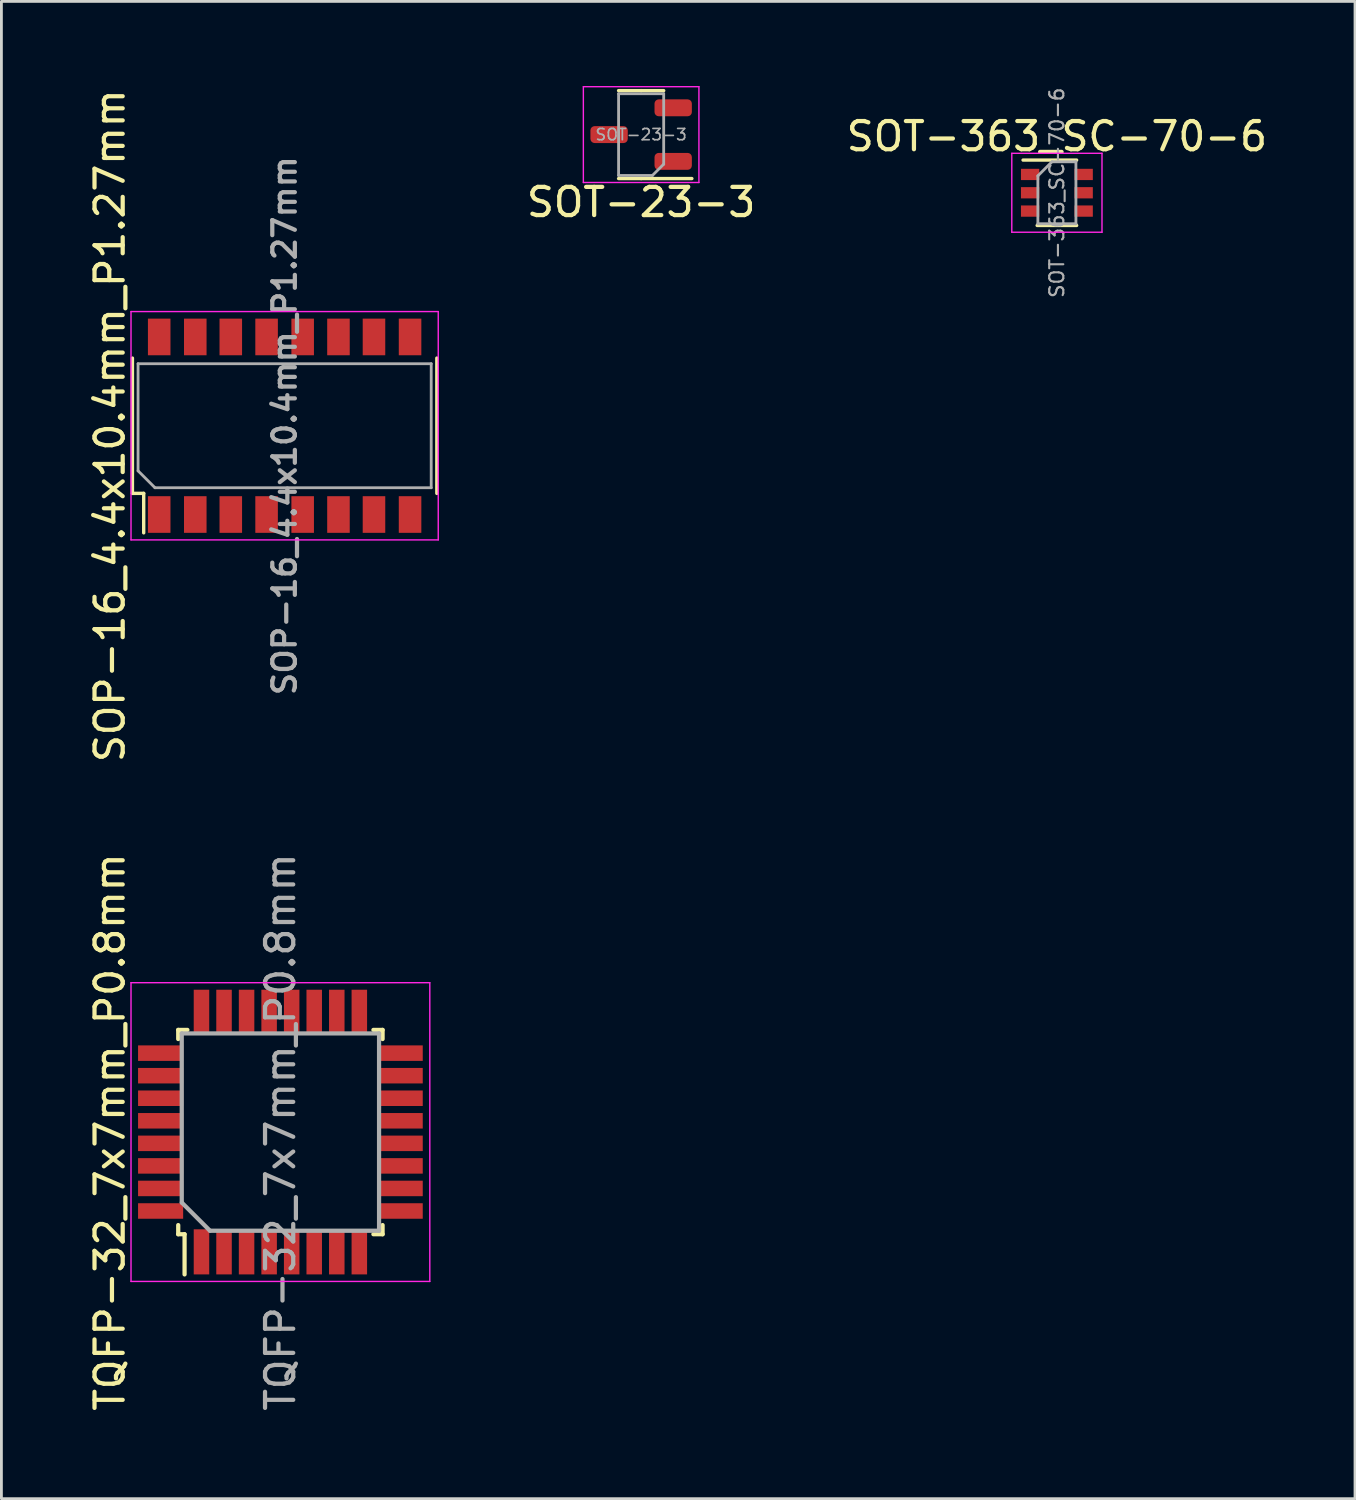
<source format=kicad_pcb>
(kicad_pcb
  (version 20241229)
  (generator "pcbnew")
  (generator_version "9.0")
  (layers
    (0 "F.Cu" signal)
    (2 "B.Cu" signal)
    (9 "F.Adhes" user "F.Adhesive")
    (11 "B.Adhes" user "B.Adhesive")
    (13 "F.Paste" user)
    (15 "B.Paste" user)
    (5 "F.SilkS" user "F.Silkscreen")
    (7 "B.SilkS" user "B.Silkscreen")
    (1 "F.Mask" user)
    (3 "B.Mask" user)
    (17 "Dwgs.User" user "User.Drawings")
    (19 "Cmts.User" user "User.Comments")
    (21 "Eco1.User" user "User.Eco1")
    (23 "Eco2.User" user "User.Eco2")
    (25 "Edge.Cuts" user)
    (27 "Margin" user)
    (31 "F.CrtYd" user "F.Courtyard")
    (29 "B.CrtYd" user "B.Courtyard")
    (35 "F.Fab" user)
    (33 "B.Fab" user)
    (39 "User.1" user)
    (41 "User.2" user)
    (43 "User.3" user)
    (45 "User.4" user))
  (footprint "SOP-16_4.4x10.4mm_P1.27mm"
    (layer "F.Cu")
    (at 7.048 12.054)
    (property "Reference" "SOP-16_4.4x10.4mm_P1.27mm" (at -6.2 0 90) (layer "F.SilkS") (effects (font (size 1 1) (thickness 0.15))))
    (attr smd)
    (fp_line (start -5.4 2.4) (end -5.4 -2.4) (stroke (width 0.12) (type solid)) (layer "F.SilkS"))
    (fp_line (start -5.4 2.4) (end -5 2.4) (stroke (width 0.12) (type solid)) (layer "F.SilkS"))
    (fp_line (start -5 2.4) (end -5 3.8) (stroke (width 0.12) (type solid)) (layer "F.SilkS"))
    (fp_line (start 5.4 2.4) (end 5.4 -2.4) (stroke (width 0.12) (type solid)) (layer "F.SilkS"))
    (fp_line (start -5.45 4.05) (end -5.45 -4.05) (stroke (width 0.05) (type solid)) (layer "F.CrtYd"))
    (fp_line (start -5.45 4.05) (end 5.45 4.05) (stroke (width 0.05) (type solid)) (layer "F.CrtYd"))
    (fp_line (start 5.45 -4.05) (end -5.45 -4.05) (stroke (width 0.05) (type solid)) (layer "F.CrtYd"))
    (fp_line (start 5.45 -4.05) (end 5.45 4.05) (stroke (width 0.05) (type solid)) (layer "F.CrtYd"))
    (fp_line (start -5.2 -2.2) (end 5.2 -2.2) (stroke (width 0.1) (type solid)) (layer "F.Fab"))
    (fp_line (start -5.2 1.6) (end -5.2 -2.2) (stroke (width 0.1) (type solid)) (layer "F.Fab"))
    (fp_line (start -4.6 2.2) (end -5.2 1.6) (stroke (width 0.1) (type solid)) (layer "F.Fab"))
    (fp_line (start 5.2 -2.2) (end 5.2 2.2) (stroke (width 0.1) (type solid)) (layer "F.Fab"))
    (fp_line (start 5.2 2.2) (end -4.6 2.2) (stroke (width 0.1) (type solid)) (layer "F.Fab"))
    (fp_text user "${REFERENCE}" (at 0 0 90) (layer "F.Fab") (effects (font (size 0.8 0.8) (thickness 0.15))))
    (pad "1" smd rect (at -4.45 3.15 90) (size 1.3 0.8) (layers "F.Cu" "F.Mask" "F.Paste"))
    (pad "2" smd rect (at -3.17 3.15 90) (size 1.3 0.8) (layers "F.Cu" "F.Mask" "F.Paste"))
    (pad "3" smd rect (at -1.91 3.15 90) (size 1.3 0.8) (layers "F.Cu" "F.Mask" "F.Paste"))
    (pad "4" smd rect (at -0.64 3.15 90) (size 1.3 0.8) (layers "F.Cu" "F.Mask" "F.Paste"))
    (pad "5" smd rect (at 0.64 3.15 90) (size 1.3 0.8) (layers "F.Cu" "F.Mask" "F.Paste"))
    (pad "6" smd rect (at 1.91 3.15 90) (size 1.3 0.8) (layers "F.Cu" "F.Mask" "F.Paste"))
    (pad "7" smd rect (at 3.17 3.15 90) (size 1.3 0.8) (layers "F.Cu" "F.Mask" "F.Paste"))
    (pad "8" smd rect (at 4.45 3.15 90) (size 1.3 0.8) (layers "F.Cu" "F.Mask" "F.Paste"))
    (pad "9" smd rect (at 4.45 -3.15 90) (size 1.3 0.8) (layers "F.Cu" "F.Mask" "F.Paste"))
    (pad "10" smd rect (at 3.17 -3.15 90) (size 1.3 0.8) (layers "F.Cu" "F.Mask" "F.Paste"))
    (pad "11" smd rect (at 1.91 -3.15 90) (size 1.3 0.8) (layers "F.Cu" "F.Mask" "F.Paste"))
    (pad "12" smd rect (at 0.64 -3.15 90) (size 1.3 0.8) (layers "F.Cu" "F.Mask" "F.Paste"))
    (pad "13" smd rect (at -0.64 -3.15 90) (size 1.3 0.8) (layers "F.Cu" "F.Mask" "F.Paste"))
    (pad "14" smd rect (at -1.91 -3.15 90) (size 1.3 0.8) (layers "F.Cu" "F.Mask" "F.Paste"))
    (pad "15" smd rect (at -3.17 -3.15 90) (size 1.3 0.8) (layers "F.Cu" "F.Mask" "F.Paste"))
    (pad "16" smd rect (at -4.45 -3.15 90) (size 1.3 0.8) (layers "F.Cu" "F.Mask" "F.Paste")))
  (footprint "SOT-23-3"
    (layer "F.Cu")
    (at 19.696 1.725)
    (property "Reference" "SOT-23-3" (at 0 2.4 180) (layer "F.SilkS") (effects (font (size 1 1) (thickness 0.15))))
    (attr smd)
    (fp_line (start 0 -1.56) (end -0.8 -1.56) (stroke (width 0.12) (type solid)) (layer "F.SilkS"))
    (fp_line (start 0 -1.56) (end 0.8 -1.56) (stroke (width 0.12) (type solid)) (layer "F.SilkS"))
    (fp_line (start 0 1.56) (end -0.8 1.56) (stroke (width 0.12) (type solid)) (layer "F.SilkS"))
    (fp_line (start 0 1.56) (end 1.8 1.56) (stroke (width 0.12) (type solid)) (layer "F.SilkS"))
    (fp_line (start -2.05 -1.7) (end -2.05 1.7) (stroke (width 0.05) (type solid)) (layer "F.CrtYd"))
    (fp_line (start -2.05 1.7) (end 2.05 1.7) (stroke (width 0.05) (type solid)) (layer "F.CrtYd"))
    (fp_line (start 2.05 -1.7) (end -2.05 -1.7) (stroke (width 0.05) (type solid)) (layer "F.CrtYd"))
    (fp_line (start 2.05 1.7) (end 2.05 -1.7) (stroke (width 0.05) (type solid)) (layer "F.CrtYd"))
    (fp_line (start -0.8 -1.45) (end 0.8 -1.45) (stroke (width 0.1) (type solid)) (layer "F.Fab"))
    (fp_line (start -0.8 1.45) (end -0.8 -1.45) (stroke (width 0.1) (type solid)) (layer "F.Fab"))
    (fp_line (start 0.4 1.45) (end -0.8 1.45) (stroke (width 0.1) (type solid)) (layer "F.Fab"))
    (fp_line (start 0.8 -1.45) (end 0.8 1.05) (stroke (width 0.1) (type solid)) (layer "F.Fab"))
    (fp_line (start 0.8 1.05) (end 0.4 1.45) (stroke (width 0.1) (type solid)) (layer "F.Fab"))
    (fp_text user "${REFERENCE}" (at 0 0 180) (layer "F.Fab") (effects (font (size 0.4 0.4) (thickness 0.06))))
    (pad "1" smd roundrect (at 1.137 0.95 180) (size 1.325 0.6) (layers "F.Cu" "F.Mask" "F.Paste") (roundrect_rratio 0.25))
    (pad "2" smd roundrect (at 1.137 -0.95 180) (size 1.325 0.6) (layers "F.Cu" "F.Mask" "F.Paste") (roundrect_rratio 0.25))
    (pad "3" smd roundrect (at -1.137 0 180) (size 1.325 0.6) (layers "F.Cu" "F.Mask" "F.Paste") (roundrect_rratio 0.25)))
  (footprint "SOT-363_SC-70-6"
    (layer "F.Cu")
    (at 34.446 3.789)
    (property "Reference" "SOT-363_SC-70-6" (at 0 -2 0) (layer "F.SilkS") (effects (font (size 1 1) (thickness 0.15))))
    (attr smd)
    (fp_line (start -0.7 1.16) (end 0.7 1.16) (stroke (width 0.12) (type solid)) (layer "F.SilkS"))
    (fp_line (start 0.7 -1.16) (end -1.2 -1.16) (stroke (width 0.12) (type solid)) (layer "F.SilkS"))
    (fp_line (start -1.6 -1.4) (end -1.6 1.4) (stroke (width 0.05) (type solid)) (layer "F.CrtYd"))
    (fp_line (start -1.6 -1.4) (end 1.6 -1.4) (stroke (width 0.05) (type solid)) (layer "F.CrtYd"))
    (fp_line (start -1.6 1.4) (end 1.6 1.4) (stroke (width 0.05) (type solid)) (layer "F.CrtYd"))
    (fp_line (start 1.6 1.4) (end 1.6 -1.4) (stroke (width 0.05) (type solid)) (layer "F.CrtYd"))
    (fp_line (start -0.675 -0.6) (end -0.675 1.1) (stroke (width 0.1) (type solid)) (layer "F.Fab"))
    (fp_line (start -0.175 -1.1) (end -0.675 -0.6) (stroke (width 0.1) (type solid)) (layer "F.Fab"))
    (fp_line (start 0.675 -1.1) (end -0.175 -1.1) (stroke (width 0.1) (type solid)) (layer "F.Fab"))
    (fp_line (start 0.675 -1.1) (end 0.675 1.1) (stroke (width 0.1) (type solid)) (layer "F.Fab"))
    (fp_line (start 0.675 1.1) (end -0.675 1.1) (stroke (width 0.1) (type solid)) (layer "F.Fab"))
    (fp_text user "${REFERENCE}" (at 0 0 90) (layer "F.Fab") (effects (font (size 0.5 0.5) (thickness 0.075))))
    (pad "1" smd rect (at -0.95 -0.65) (size 0.65 0.4) (layers "F.Cu" "F.Mask" "F.Paste"))
    (pad "2" smd rect (at -0.95 0) (size 0.65 0.4) (layers "F.Cu" "F.Mask" "F.Paste"))
    (pad "3" smd rect (at -0.95 0.65) (size 0.65 0.4) (layers "F.Cu" "F.Mask" "F.Paste"))
    (pad "4" smd rect (at 0.95 0.65) (size 0.65 0.4) (layers "F.Cu" "F.Mask" "F.Paste"))
    (pad "5" smd rect (at 0.95 0) (size 0.65 0.4) (layers "F.Cu" "F.Mask" "F.Paste"))
    (pad "6" smd rect (at 0.95 -0.65) (size 0.65 0.4) (layers "F.Cu" "F.Mask" "F.Paste")))
  (footprint "TQFP-32_7x7mm_P0.8mm"
    (layer "F.Cu")
    (at 6.898 37.113)
    (property "Reference" "TQFP-32_7x7mm_P0.8mm" (at -6.05 0 90) (layer "F.SilkS") (effects (font (size 1 1) (thickness 0.15))))
    (attr smd)
    (fp_line (start -3.625 -3.625) (end -3.625 -3.3) (stroke (width 0.15) (type solid)) (layer "F.SilkS"))
    (fp_line (start -3.625 -3.625) (end -3.3 -3.625) (stroke (width 0.15) (type solid)) (layer "F.SilkS"))
    (fp_line (start -3.625 3.625) (end -3.625 3.3) (stroke (width 0.15) (type solid)) (layer "F.SilkS"))
    (fp_line (start -3.625 3.625) (end -3.4 3.625) (stroke (width 0.15) (type solid)) (layer "F.SilkS"))
    (fp_line (start -3.4 3.625) (end -3.4 5.05) (stroke (width 0.15) (type solid)) (layer "F.SilkS"))
    (fp_line (start 3.625 -3.625) (end 3.3 -3.625) (stroke (width 0.15) (type solid)) (layer "F.SilkS"))
    (fp_line (start 3.625 -3.625) (end 3.625 -3.3) (stroke (width 0.15) (type solid)) (layer "F.SilkS"))
    (fp_line (start 3.625 3.625) (end 3.3 3.625) (stroke (width 0.15) (type solid)) (layer "F.SilkS"))
    (fp_line (start 3.625 3.625) (end 3.625 3.3) (stroke (width 0.15) (type solid)) (layer "F.SilkS"))
    (fp_line (start -5.3 -5.3) (end 5.3 -5.3) (stroke (width 0.05) (type solid)) (layer "F.CrtYd"))
    (fp_line (start -5.3 5.3) (end -5.3 -5.3) (stroke (width 0.05) (type solid)) (layer "F.CrtYd"))
    (fp_line (start -5.3 5.3) (end 5.3 5.3) (stroke (width 0.05) (type solid)) (layer "F.CrtYd"))
    (fp_line (start 5.3 5.3) (end 5.3 -5.3) (stroke (width 0.05) (type solid)) (layer "F.CrtYd"))
    (fp_line (start -3.5 -3.5) (end 3.5 -3.5) (stroke (width 0.15) (type solid)) (layer "F.Fab"))
    (fp_line (start -3.5 2.5) (end -3.5 -3.5) (stroke (width 0.15) (type solid)) (layer "F.Fab"))
    (fp_line (start -2.5 3.5) (end -3.5 2.5) (stroke (width 0.15) (type solid)) (layer "F.Fab"))
    (fp_line (start 3.5 -3.5) (end 3.5 3.5) (stroke (width 0.15) (type solid)) (layer "F.Fab"))
    (fp_line (start 3.5 3.5) (end -2.5 3.5) (stroke (width 0.15) (type solid)) (layer "F.Fab"))
    (fp_text user "${REFERENCE}" (at 0 0 90) (layer "F.Fab") (effects (font (size 1 1) (thickness 0.15))))
    (pad "1" smd rect (at -2.8 4.25 90) (size 1.6 0.55) (layers "F.Cu" "F.Mask" "F.Paste"))
    (pad "2" smd rect (at -2 4.25 90) (size 1.6 0.55) (layers "F.Cu" "F.Mask" "F.Paste"))
    (pad "3" smd rect (at -1.2 4.25 90) (size 1.6 0.55) (layers "F.Cu" "F.Mask" "F.Paste"))
    (pad "4" smd rect (at -0.4 4.25 90) (size 1.6 0.55) (layers "F.Cu" "F.Mask" "F.Paste"))
    (pad "5" smd rect (at 0.4 4.25 90) (size 1.6 0.55) (layers "F.Cu" "F.Mask" "F.Paste"))
    (pad "6" smd rect (at 1.2 4.25 90) (size 1.6 0.55) (layers "F.Cu" "F.Mask" "F.Paste"))
    (pad "7" smd rect (at 2 4.25 90) (size 1.6 0.55) (layers "F.Cu" "F.Mask" "F.Paste"))
    (pad "8" smd rect (at 2.8 4.25 90) (size 1.6 0.55) (layers "F.Cu" "F.Mask" "F.Paste"))
    (pad "9" smd rect (at 4.25 2.8 180) (size 1.6 0.55) (layers "F.Cu" "F.Mask" "F.Paste"))
    (pad "10" smd rect (at 4.25 2 180) (size 1.6 0.55) (layers "F.Cu" "F.Mask" "F.Paste"))
    (pad "11" smd rect (at 4.25 1.2 180) (size 1.6 0.55) (layers "F.Cu" "F.Mask" "F.Paste"))
    (pad "12" smd rect (at 4.25 0.4 180) (size 1.6 0.55) (layers "F.Cu" "F.Mask" "F.Paste"))
    (pad "13" smd rect (at 4.25 -0.4 180) (size 1.6 0.55) (layers "F.Cu" "F.Mask" "F.Paste"))
    (pad "14" smd rect (at 4.25 -1.2 180) (size 1.6 0.55) (layers "F.Cu" "F.Mask" "F.Paste"))
    (pad "15" smd rect (at 4.25 -2 180) (size 1.6 0.55) (layers "F.Cu" "F.Mask" "F.Paste"))
    (pad "16" smd rect (at 4.25 -2.8 180) (size 1.6 0.55) (layers "F.Cu" "F.Mask" "F.Paste"))
    (pad "17" smd rect (at 2.8 -4.25 90) (size 1.6 0.55) (layers "F.Cu" "F.Mask" "F.Paste"))
    (pad "18" smd rect (at 2 -4.25 90) (size 1.6 0.55) (layers "F.Cu" "F.Mask" "F.Paste"))
    (pad "19" smd rect (at 1.2 -4.25 90) (size 1.6 0.55) (layers "F.Cu" "F.Mask" "F.Paste"))
    (pad "20" smd rect (at 0.4 -4.25 90) (size 1.6 0.55) (layers "F.Cu" "F.Mask" "F.Paste"))
    (pad "21" smd rect (at -0.4 -4.25 90) (size 1.6 0.55) (layers "F.Cu" "F.Mask" "F.Paste"))
    (pad "22" smd rect (at -1.2 -4.25 90) (size 1.6 0.55) (layers "F.Cu" "F.Mask" "F.Paste"))
    (pad "23" smd rect (at -2 -4.25 90) (size 1.6 0.55) (layers "F.Cu" "F.Mask" "F.Paste"))
    (pad "24" smd rect (at -2.8 -4.25 90) (size 1.6 0.55) (layers "F.Cu" "F.Mask" "F.Paste"))
    (pad "25" smd rect (at -4.25 -2.8 180) (size 1.6 0.55) (layers "F.Cu" "F.Mask" "F.Paste"))
    (pad "26" smd rect (at -4.25 -2 180) (size 1.6 0.55) (layers "F.Cu" "F.Mask" "F.Paste"))
    (pad "27" smd rect (at -4.25 -1.2 180) (size 1.6 0.55) (layers "F.Cu" "F.Mask" "F.Paste"))
    (pad "28" smd rect (at -4.25 -0.4 180) (size 1.6 0.55) (layers "F.Cu" "F.Mask" "F.Paste"))
    (pad "29" smd rect (at -4.25 0.4 180) (size 1.6 0.55) (layers "F.Cu" "F.Mask" "F.Paste"))
    (pad "30" smd rect (at -4.25 1.2 180) (size 1.6 0.55) (layers "F.Cu" "F.Mask" "F.Paste"))
    (pad "31" smd rect (at -4.25 2 180) (size 1.6 0.55) (layers "F.Cu" "F.Mask" "F.Paste"))
    (pad "32" smd rect (at -4.25 2.8 180) (size 1.6 0.55) (layers "F.Cu" "F.Mask" "F.Paste")))
  (gr_rect
    (start -3 -3)
    (end 45.023 50.119)
    (stroke (width 0.1) (type default))
    (fill no)
    (layer "Edge.Cuts")))
</source>
